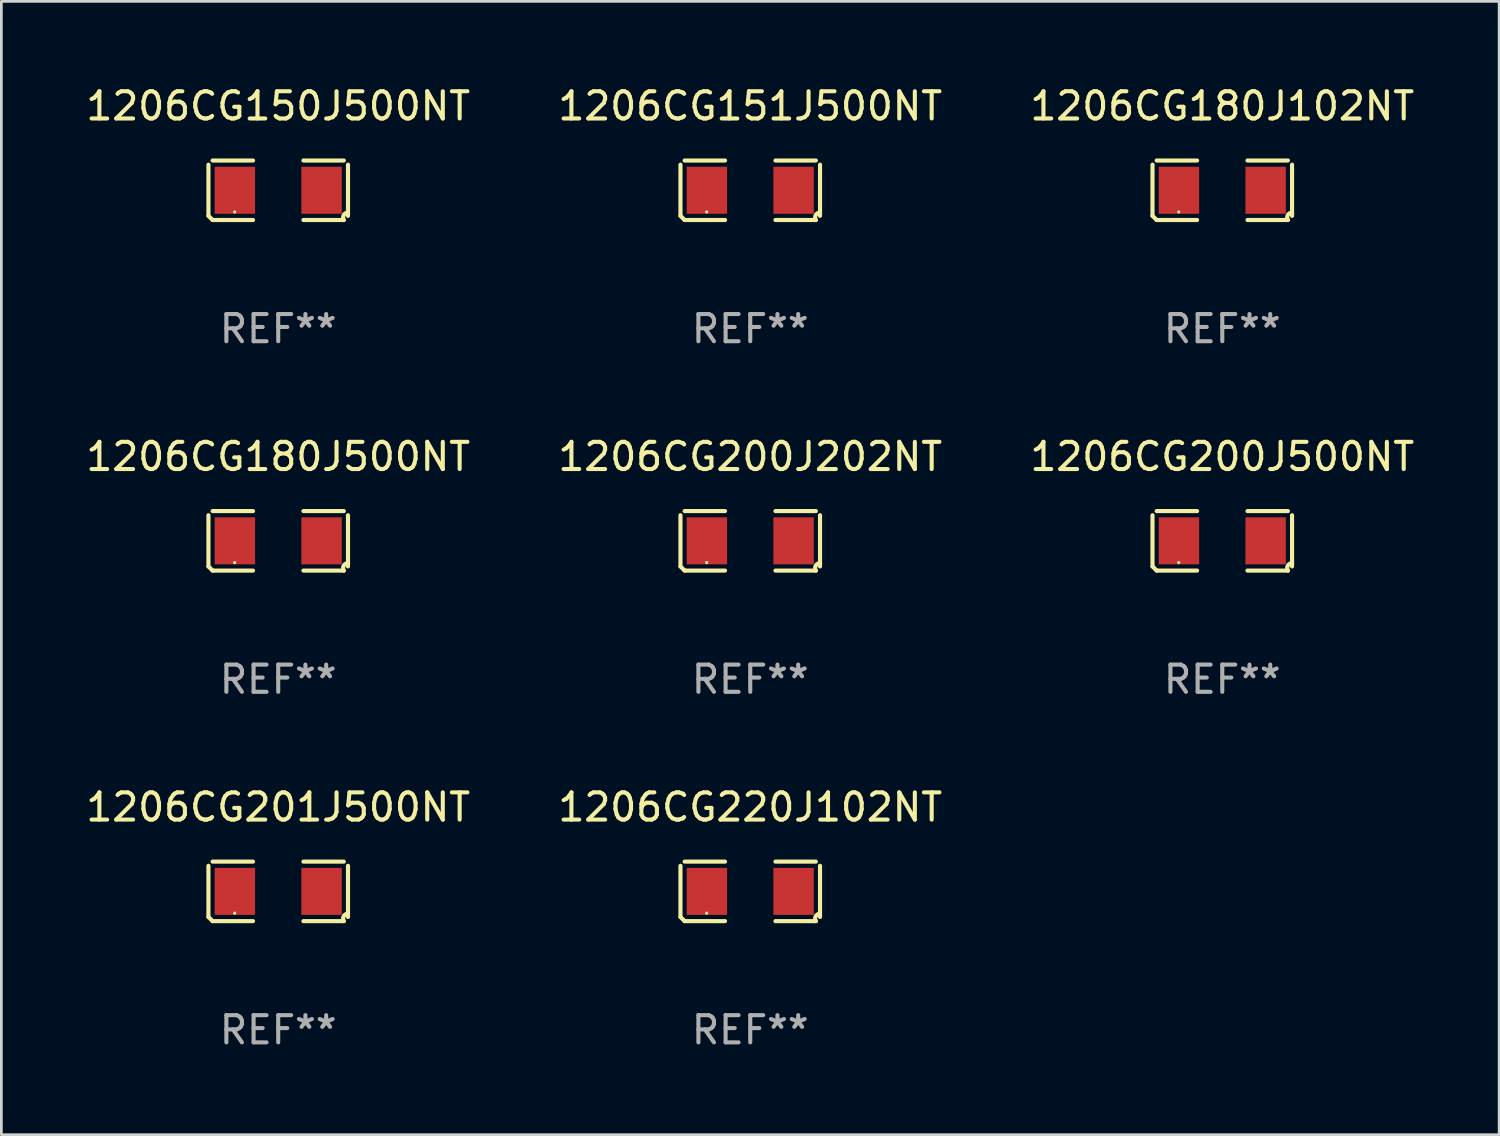
<source format=kicad_pcb>
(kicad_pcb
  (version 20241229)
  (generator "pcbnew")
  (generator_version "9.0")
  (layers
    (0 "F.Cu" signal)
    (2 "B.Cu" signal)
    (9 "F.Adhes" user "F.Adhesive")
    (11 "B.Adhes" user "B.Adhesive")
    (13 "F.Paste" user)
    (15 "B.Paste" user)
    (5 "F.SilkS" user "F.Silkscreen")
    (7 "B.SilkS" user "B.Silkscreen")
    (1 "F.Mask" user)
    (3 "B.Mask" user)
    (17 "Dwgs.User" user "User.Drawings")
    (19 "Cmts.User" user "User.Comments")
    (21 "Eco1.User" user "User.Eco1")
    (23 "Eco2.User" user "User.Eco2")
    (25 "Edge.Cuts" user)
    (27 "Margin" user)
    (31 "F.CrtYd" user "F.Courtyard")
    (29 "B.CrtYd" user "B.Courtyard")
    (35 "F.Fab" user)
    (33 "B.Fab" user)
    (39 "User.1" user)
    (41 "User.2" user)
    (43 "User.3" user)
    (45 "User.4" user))
  (footprint "1206CG150J500NT"
    (layer "F.Cu")
    (at 7.173 3.941)
    (property "Reference" "1206CG150J500NT" (at 0 -3.093 0) (layer "F.SilkS") (effects (font (size 1 1) (thickness 0.15))))
    (attr through_hole)
    (fp_line (start -2.564 0.94) (end -2.564 -0.94) (stroke (width 0.152) (type solid)) (layer "F.SilkS"))
    (fp_line (start -2.411 -1.093) (end -0.926 -1.093) (stroke (width 0.152) (type solid)) (layer "F.SilkS"))
    (fp_line (start -0.926 1.093) (end -2.411 1.093) (stroke (width 0.152) (type solid)) (layer "F.SilkS"))
    (fp_line (start 0.926 1.093) (end 2.411 1.093) (stroke (width 0.152) (type solid)) (layer "F.SilkS"))
    (fp_line (start 2.411 -1.093) (end 0.926 -1.093) (stroke (width 0.152) (type solid)) (layer "F.SilkS"))
    (fp_line (start 2.564 0.94) (end 2.564 -0.94) (stroke (width 0.152) (type solid)) (layer "F.SilkS"))
    (fp_arc (start -2.411201 1.092609) (mid -2.487413 1.01642) (end -2.563602 0.940208) (stroke (width 0.1524) (type solid)) (layer "F.SilkS"))
    (fp_arc (start 2.411201 1.092609) (mid 2.407159 0.911226) (end 2.563602 0.819347) (stroke (width 0.1524) (type solid)) (layer "F.SilkS"))
    (fp_circle (center -1.6 0.8) (end -1.57 0.8) (stroke (width 0.06) (type solid)) (fill no) (layer "F.SilkS"))
    (fp_text user "REF**" (at 0 5.093 0) (layer "F.Fab") (effects (font (size 1 1) (thickness 0.15))))
    (pad "1" smd rect (at -1.593 0) (size 1.485 1.728) (layers "F.Cu" "F.Mask" "F.Paste"))
    (pad "2" smd rect (at 1.593 0) (size 1.485 1.728) (layers "F.Cu" "F.Mask" "F.Paste")))
  (footprint "1206CG180J500NT"
    (layer "F.Cu")
    (at 7.173 16.823)
    (property "Reference" "1206CG180J500NT" (at 0 -3.093 0) (layer "F.SilkS") (effects (font (size 1 1) (thickness 0.15))))
    (attr through_hole)
    (fp_line (start -2.564 0.94) (end -2.564 -0.94) (stroke (width 0.152) (type solid)) (layer "F.SilkS"))
    (fp_line (start -2.411 -1.093) (end -0.926 -1.093) (stroke (width 0.152) (type solid)) (layer "F.SilkS"))
    (fp_line (start -0.926 1.093) (end -2.411 1.093) (stroke (width 0.152) (type solid)) (layer "F.SilkS"))
    (fp_line (start 0.926 1.093) (end 2.411 1.093) (stroke (width 0.152) (type solid)) (layer "F.SilkS"))
    (fp_line (start 2.411 -1.093) (end 0.926 -1.093) (stroke (width 0.152) (type solid)) (layer "F.SilkS"))
    (fp_line (start 2.564 0.94) (end 2.564 -0.94) (stroke (width 0.152) (type solid)) (layer "F.SilkS"))
    (fp_arc (start -2.411201 1.092609) (mid -2.487413 1.01642) (end -2.563602 0.940208) (stroke (width 0.1524) (type solid)) (layer "F.SilkS"))
    (fp_arc (start 2.411201 1.092609) (mid 2.407159 0.911226) (end 2.563602 0.819347) (stroke (width 0.1524) (type solid)) (layer "F.SilkS"))
    (fp_circle (center -1.6 0.8) (end -1.57 0.8) (stroke (width 0.06) (type solid)) (fill no) (layer "F.SilkS"))
    (fp_text user "REF**" (at 0 5.093 0) (layer "F.Fab") (effects (font (size 1 1) (thickness 0.15))))
    (pad "1" smd rect (at -1.593 0) (size 1.485 1.728) (layers "F.Cu" "F.Mask" "F.Paste"))
    (pad "2" smd rect (at 1.593 0) (size 1.485 1.728) (layers "F.Cu" "F.Mask" "F.Paste")))
  (footprint "1206CG180J102NT"
    (layer "F.Cu")
    (at 41.863 3.941)
    (property "Reference" "1206CG180J102NT" (at 0 -3.093 0) (layer "F.SilkS") (effects (font (size 1 1) (thickness 0.15))))
    (attr through_hole)
    (fp_line (start -2.564 0.94) (end -2.564 -0.94) (stroke (width 0.152) (type solid)) (layer "F.SilkS"))
    (fp_line (start -2.411 -1.093) (end -0.926 -1.093) (stroke (width 0.152) (type solid)) (layer "F.SilkS"))
    (fp_line (start -0.926 1.093) (end -2.411 1.093) (stroke (width 0.152) (type solid)) (layer "F.SilkS"))
    (fp_line (start 0.926 1.093) (end 2.411 1.093) (stroke (width 0.152) (type solid)) (layer "F.SilkS"))
    (fp_line (start 2.411 -1.093) (end 0.926 -1.093) (stroke (width 0.152) (type solid)) (layer "F.SilkS"))
    (fp_line (start 2.564 0.94) (end 2.564 -0.94) (stroke (width 0.152) (type solid)) (layer "F.SilkS"))
    (fp_arc (start -2.411201 1.092609) (mid -2.487413 1.01642) (end -2.563602 0.940208) (stroke (width 0.1524) (type solid)) (layer "F.SilkS"))
    (fp_arc (start 2.411201 1.092609) (mid 2.407159 0.911226) (end 2.563602 0.819347) (stroke (width 0.1524) (type solid)) (layer "F.SilkS"))
    (fp_circle (center -1.6 0.8) (end -1.57 0.8) (stroke (width 0.06) (type solid)) (fill no) (layer "F.SilkS"))
    (fp_text user "REF**" (at 0 5.093 0) (layer "F.Fab") (effects (font (size 1 1) (thickness 0.15))))
    (pad "1" smd rect (at -1.593 0) (size 1.485 1.728) (layers "F.Cu" "F.Mask" "F.Paste"))
    (pad "2" smd rect (at 1.593 0) (size 1.485 1.728) (layers "F.Cu" "F.Mask" "F.Paste")))
  (footprint "1206CG200J202NT"
    (layer "F.Cu")
    (at 24.518 16.823)
    (property "Reference" "1206CG200J202NT" (at 0 -3.093 0) (layer "F.SilkS") (effects (font (size 1 1) (thickness 0.15))))
    (attr through_hole)
    (fp_line (start -2.564 0.94) (end -2.564 -0.94) (stroke (width 0.152) (type solid)) (layer "F.SilkS"))
    (fp_line (start -2.411 -1.093) (end -0.926 -1.093) (stroke (width 0.152) (type solid)) (layer "F.SilkS"))
    (fp_line (start -0.926 1.093) (end -2.411 1.093) (stroke (width 0.152) (type solid)) (layer "F.SilkS"))
    (fp_line (start 0.926 1.093) (end 2.411 1.093) (stroke (width 0.152) (type solid)) (layer "F.SilkS"))
    (fp_line (start 2.411 -1.093) (end 0.926 -1.093) (stroke (width 0.152) (type solid)) (layer "F.SilkS"))
    (fp_line (start 2.564 0.94) (end 2.564 -0.94) (stroke (width 0.152) (type solid)) (layer "F.SilkS"))
    (fp_arc (start -2.411201 1.092609) (mid -2.487413 1.01642) (end -2.563602 0.940208) (stroke (width 0.1524) (type solid)) (layer "F.SilkS"))
    (fp_arc (start 2.411201 1.092609) (mid 2.407159 0.911226) (end 2.563602 0.819347) (stroke (width 0.1524) (type solid)) (layer "F.SilkS"))
    (fp_circle (center -1.6 0.8) (end -1.57 0.8) (stroke (width 0.06) (type solid)) (fill no) (layer "F.SilkS"))
    (fp_text user "REF**" (at 0 5.093 0) (layer "F.Fab") (effects (font (size 1 1) (thickness 0.15))))
    (pad "1" smd rect (at -1.593 0) (size 1.485 1.728) (layers "F.Cu" "F.Mask" "F.Paste"))
    (pad "2" smd rect (at 1.593 0) (size 1.485 1.728) (layers "F.Cu" "F.Mask" "F.Paste")))
  (footprint "1206CG201J500NT"
    (layer "F.Cu")
    (at 7.173 29.704)
    (property "Reference" "1206CG201J500NT" (at 0 -3.093 0) (layer "F.SilkS") (effects (font (size 1 1) (thickness 0.15))))
    (attr through_hole)
    (fp_line (start -2.564 0.94) (end -2.564 -0.94) (stroke (width 0.152) (type solid)) (layer "F.SilkS"))
    (fp_line (start -2.411 -1.093) (end -0.926 -1.093) (stroke (width 0.152) (type solid)) (layer "F.SilkS"))
    (fp_line (start -0.926 1.093) (end -2.411 1.093) (stroke (width 0.152) (type solid)) (layer "F.SilkS"))
    (fp_line (start 0.926 1.093) (end 2.411 1.093) (stroke (width 0.152) (type solid)) (layer "F.SilkS"))
    (fp_line (start 2.411 -1.093) (end 0.926 -1.093) (stroke (width 0.152) (type solid)) (layer "F.SilkS"))
    (fp_line (start 2.564 0.94) (end 2.564 -0.94) (stroke (width 0.152) (type solid)) (layer "F.SilkS"))
    (fp_arc (start -2.411201 1.092609) (mid -2.487413 1.01642) (end -2.563602 0.940208) (stroke (width 0.1524) (type solid)) (layer "F.SilkS"))
    (fp_arc (start 2.411201 1.092609) (mid 2.407159 0.911226) (end 2.563602 0.819347) (stroke (width 0.1524) (type solid)) (layer "F.SilkS"))
    (fp_circle (center -1.6 0.8) (end -1.57 0.8) (stroke (width 0.06) (type solid)) (fill no) (layer "F.SilkS"))
    (fp_text user "REF**" (at 0 5.093 0) (layer "F.Fab") (effects (font (size 1 1) (thickness 0.15))))
    (pad "1" smd rect (at -1.593 0) (size 1.485 1.728) (layers "F.Cu" "F.Mask" "F.Paste"))
    (pad "2" smd rect (at 1.593 0) (size 1.485 1.728) (layers "F.Cu" "F.Mask" "F.Paste")))
  (footprint "1206CG220J102NT"
    (layer "F.Cu")
    (at 24.518 29.704)
    (property "Reference" "1206CG220J102NT" (at 0 -3.093 0) (layer "F.SilkS") (effects (font (size 1 1) (thickness 0.15))))
    (attr through_hole)
    (fp_line (start -2.564 0.94) (end -2.564 -0.94) (stroke (width 0.152) (type solid)) (layer "F.SilkS"))
    (fp_line (start -2.411 -1.093) (end -0.926 -1.093) (stroke (width 0.152) (type solid)) (layer "F.SilkS"))
    (fp_line (start -0.926 1.093) (end -2.411 1.093) (stroke (width 0.152) (type solid)) (layer "F.SilkS"))
    (fp_line (start 0.926 1.093) (end 2.411 1.093) (stroke (width 0.152) (type solid)) (layer "F.SilkS"))
    (fp_line (start 2.411 -1.093) (end 0.926 -1.093) (stroke (width 0.152) (type solid)) (layer "F.SilkS"))
    (fp_line (start 2.564 0.94) (end 2.564 -0.94) (stroke (width 0.152) (type solid)) (layer "F.SilkS"))
    (fp_arc (start -2.411201 1.092609) (mid -2.487413 1.01642) (end -2.563602 0.940208) (stroke (width 0.1524) (type solid)) (layer "F.SilkS"))
    (fp_arc (start 2.411201 1.092609) (mid 2.407159 0.911226) (end 2.563602 0.819347) (stroke (width 0.1524) (type solid)) (layer "F.SilkS"))
    (fp_circle (center -1.6 0.8) (end -1.57 0.8) (stroke (width 0.06) (type solid)) (fill no) (layer "F.SilkS"))
    (fp_text user "REF**" (at 0 5.093 0) (layer "F.Fab") (effects (font (size 1 1) (thickness 0.15))))
    (pad "1" smd rect (at -1.593 0) (size 1.485 1.728) (layers "F.Cu" "F.Mask" "F.Paste"))
    (pad "2" smd rect (at 1.593 0) (size 1.485 1.728) (layers "F.Cu" "F.Mask" "F.Paste")))
  (footprint "1206CG151J500NT"
    (layer "F.Cu")
    (at 24.518 3.941)
    (property "Reference" "1206CG151J500NT" (at 0 -3.093 0) (layer "F.SilkS") (effects (font (size 1 1) (thickness 0.15))))
    (attr through_hole)
    (fp_line (start -2.564 0.94) (end -2.564 -0.94) (stroke (width 0.152) (type solid)) (layer "F.SilkS"))
    (fp_line (start -2.411 -1.093) (end -0.926 -1.093) (stroke (width 0.152) (type solid)) (layer "F.SilkS"))
    (fp_line (start -0.926 1.093) (end -2.411 1.093) (stroke (width 0.152) (type solid)) (layer "F.SilkS"))
    (fp_line (start 0.926 1.093) (end 2.411 1.093) (stroke (width 0.152) (type solid)) (layer "F.SilkS"))
    (fp_line (start 2.411 -1.093) (end 0.926 -1.093) (stroke (width 0.152) (type solid)) (layer "F.SilkS"))
    (fp_line (start 2.564 0.94) (end 2.564 -0.94) (stroke (width 0.152) (type solid)) (layer "F.SilkS"))
    (fp_arc (start -2.411201 1.092609) (mid -2.487413 1.01642) (end -2.563602 0.940208) (stroke (width 0.1524) (type solid)) (layer "F.SilkS"))
    (fp_arc (start 2.411201 1.092609) (mid 2.407159 0.911226) (end 2.563602 0.819347) (stroke (width 0.1524) (type solid)) (layer "F.SilkS"))
    (fp_circle (center -1.6 0.8) (end -1.57 0.8) (stroke (width 0.06) (type solid)) (fill no) (layer "F.SilkS"))
    (fp_text user "REF**" (at 0 5.093 0) (layer "F.Fab") (effects (font (size 1 1) (thickness 0.15))))
    (pad "1" smd rect (at -1.593 0) (size 1.485 1.728) (layers "F.Cu" "F.Mask" "F.Paste"))
    (pad "2" smd rect (at 1.593 0) (size 1.485 1.728) (layers "F.Cu" "F.Mask" "F.Paste")))
  (footprint "1206CG200J500NT"
    (layer "F.Cu")
    (at 41.863 16.823)
    (property "Reference" "1206CG200J500NT" (at 0 -3.093 0) (layer "F.SilkS") (effects (font (size 1 1) (thickness 0.15))))
    (attr through_hole)
    (fp_line (start -2.564 0.94) (end -2.564 -0.94) (stroke (width 0.152) (type solid)) (layer "F.SilkS"))
    (fp_line (start -2.411 -1.093) (end -0.926 -1.093) (stroke (width 0.152) (type solid)) (layer "F.SilkS"))
    (fp_line (start -0.926 1.093) (end -2.411 1.093) (stroke (width 0.152) (type solid)) (layer "F.SilkS"))
    (fp_line (start 0.926 1.093) (end 2.411 1.093) (stroke (width 0.152) (type solid)) (layer "F.SilkS"))
    (fp_line (start 2.411 -1.093) (end 0.926 -1.093) (stroke (width 0.152) (type solid)) (layer "F.SilkS"))
    (fp_line (start 2.564 0.94) (end 2.564 -0.94) (stroke (width 0.152) (type solid)) (layer "F.SilkS"))
    (fp_arc (start -2.411201 1.092609) (mid -2.487413 1.01642) (end -2.563602 0.940208) (stroke (width 0.1524) (type solid)) (layer "F.SilkS"))
    (fp_arc (start 2.411201 1.092609) (mid 2.407159 0.911226) (end 2.563602 0.819347) (stroke (width 0.1524) (type solid)) (layer "F.SilkS"))
    (fp_circle (center -1.6 0.8) (end -1.57 0.8) (stroke (width 0.06) (type solid)) (fill no) (layer "F.SilkS"))
    (fp_text user "REF**" (at 0 5.093 0) (layer "F.Fab") (effects (font (size 1 1) (thickness 0.15))))
    (pad "1" smd rect (at -1.593 0) (size 1.485 1.728) (layers "F.Cu" "F.Mask" "F.Paste"))
    (pad "2" smd rect (at 1.593 0) (size 1.485 1.728) (layers "F.Cu" "F.Mask" "F.Paste")))
  (gr_rect
    (start -3 -3)
    (end 52.036 38.645)
    (stroke (width 0.1) (type default))
    (fill no)
    (layer "Edge.Cuts")))
</source>
